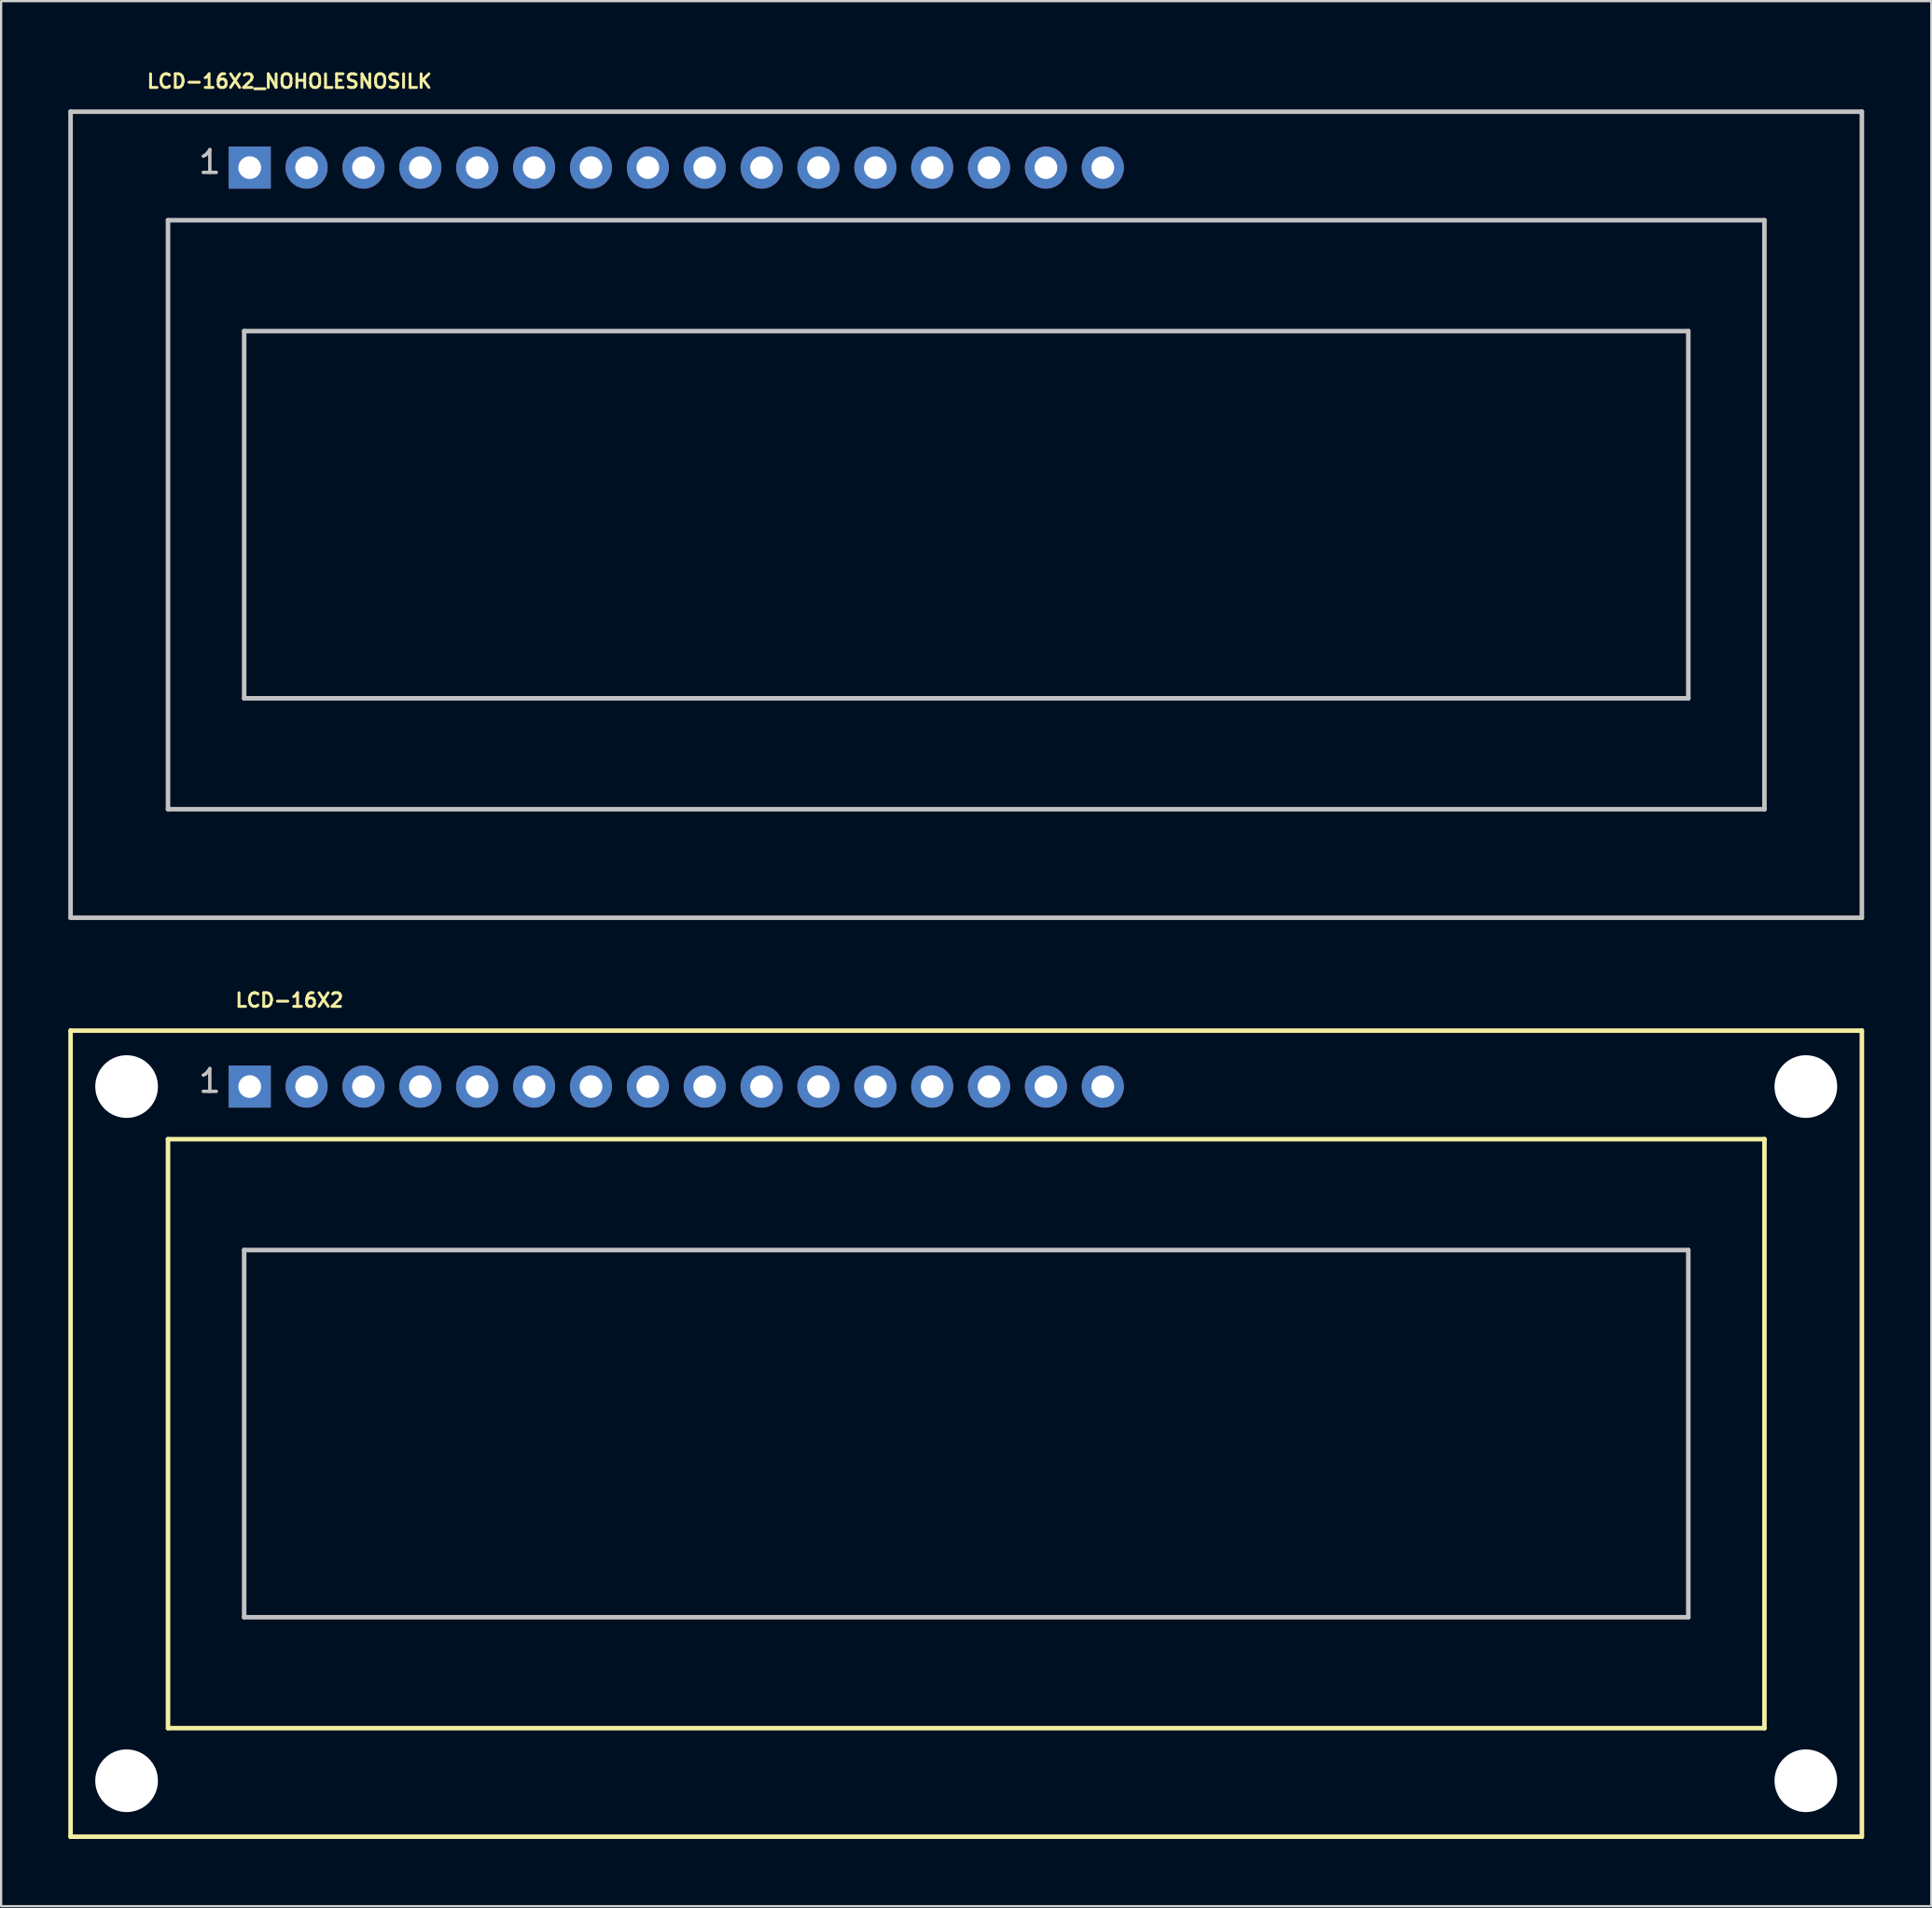
<source format=kicad_pcb>
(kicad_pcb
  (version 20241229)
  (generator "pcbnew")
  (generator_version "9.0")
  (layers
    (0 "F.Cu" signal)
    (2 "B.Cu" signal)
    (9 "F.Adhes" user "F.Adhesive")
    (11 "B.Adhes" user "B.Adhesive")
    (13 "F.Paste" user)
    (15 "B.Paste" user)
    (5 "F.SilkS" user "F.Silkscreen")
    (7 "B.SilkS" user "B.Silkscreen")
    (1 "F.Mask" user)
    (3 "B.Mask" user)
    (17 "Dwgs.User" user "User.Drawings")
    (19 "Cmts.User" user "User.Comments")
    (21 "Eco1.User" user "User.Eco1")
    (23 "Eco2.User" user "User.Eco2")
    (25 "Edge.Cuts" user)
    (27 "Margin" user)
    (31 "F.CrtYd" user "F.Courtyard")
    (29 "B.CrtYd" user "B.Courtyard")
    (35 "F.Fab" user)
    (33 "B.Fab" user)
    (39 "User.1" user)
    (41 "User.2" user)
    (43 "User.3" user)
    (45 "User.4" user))
  (footprint "LCD-16X2_NOHOLESNOSILK"
    (layer "F.Cu")
    (at 40.102 19.934)
    (property "Reference" "LCD-16X2_NOHOLESNOSILK" (at -30.226 -19.355 0) (layer "F.SilkS") (effects (font (size 0.61 0.61) (thickness 0.127))))
    (attr exclude_from_pos_files exclude_from_bom)
    (fp_line (start -40 -17.998) (end 40 -17.998) (stroke (width 0.203) (type solid)) (layer "Dwgs.User"))
    (fp_line (start -40 17.998) (end -40 -17.998) (stroke (width 0.203) (type solid)) (layer "Dwgs.User"))
    (fp_line (start -35.649 -13.15) (end 35.649 -13.15) (stroke (width 0.203) (type solid)) (layer "Dwgs.User"))
    (fp_line (start -35.649 13.15) (end -35.649 -13.15) (stroke (width 0.203) (type solid)) (layer "Dwgs.User"))
    (fp_line (start -32.248 -8.199) (end 32.248 -8.199) (stroke (width 0.203) (type solid)) (layer "Dwgs.User"))
    (fp_line (start -32.248 8.199) (end -32.248 -8.199) (stroke (width 0.203) (type solid)) (layer "Dwgs.User"))
    (fp_line (start 32.248 -8.199) (end 32.248 8.199) (stroke (width 0.203) (type solid)) (layer "Dwgs.User"))
    (fp_line (start 32.248 8.199) (end -32.248 8.199) (stroke (width 0.203) (type solid)) (layer "Dwgs.User"))
    (fp_line (start 35.649 -13.15) (end 35.649 13.15) (stroke (width 0.203) (type solid)) (layer "Dwgs.User"))
    (fp_line (start 35.649 13.15) (end -35.649 13.15) (stroke (width 0.203) (type solid)) (layer "Dwgs.User"))
    (fp_line (start 40 -17.998) (end 40 17.998) (stroke (width 0.203) (type solid)) (layer "Dwgs.User"))
    (fp_line (start 40 17.998) (end -40 17.998) (stroke (width 0.203) (type solid)) (layer "Dwgs.User"))
    (fp_text user "1" (at -33.782 -15.748 0) (layer "Dwgs.User") (effects (font (size 1.016 1.016) (thickness 0.152))))
    (pad "1" thru_hole rect (at -31.999 -15.499) (size 1.88 1.88) (drill 1.016) (layers "*.Cu" "*.Paste" "*.Mask"))
    (pad "2" thru_hole circle (at -29.459 -15.499) (size 1.88 1.88) (drill 1.016) (layers "*.Cu" "*.Paste" "*.Mask"))
    (pad "3" thru_hole circle (at -26.919 -15.499) (size 1.88 1.88) (drill 1.016) (layers "*.Cu" "*.Paste" "*.Mask"))
    (pad "4" thru_hole circle (at -24.379 -15.499) (size 1.88 1.88) (drill 1.016) (layers "*.Cu" "*.Paste" "*.Mask"))
    (pad "5" thru_hole circle (at -21.839 -15.499) (size 1.88 1.88) (drill 1.016) (layers "*.Cu" "*.Paste" "*.Mask"))
    (pad "6" thru_hole circle (at -19.299 -15.499) (size 1.88 1.88) (drill 1.016) (layers "*.Cu" "*.Paste" "*.Mask"))
    (pad "7" thru_hole circle (at -16.759 -15.499) (size 1.88 1.88) (drill 1.016) (layers "*.Cu" "*.Paste" "*.Mask"))
    (pad "8" thru_hole circle (at -14.219 -15.499) (size 1.88 1.88) (drill 1.016) (layers "*.Cu" "*.Paste" "*.Mask"))
    (pad "9" thru_hole circle (at -11.679 -15.499) (size 1.88 1.88) (drill 1.016) (layers "*.Cu" "*.Paste" "*.Mask"))
    (pad "10" thru_hole circle (at -9.139 -15.499) (size 1.88 1.88) (drill 1.016) (layers "*.Cu" "*.Paste" "*.Mask"))
    (pad "11" thru_hole circle (at -6.599 -15.499) (size 1.88 1.88) (drill 1.016) (layers "*.Cu" "*.Paste" "*.Mask"))
    (pad "12" thru_hole circle (at -4.059 -15.499) (size 1.88 1.88) (drill 1.016) (layers "*.Cu" "*.Paste" "*.Mask"))
    (pad "13" thru_hole circle (at -1.519 -15.499) (size 1.88 1.88) (drill 1.016) (layers "*.Cu" "*.Paste" "*.Mask"))
    (pad "14" thru_hole circle (at 1.019 -15.499) (size 1.88 1.88) (drill 1.016) (layers "*.Cu" "*.Paste" "*.Mask"))
    (pad "15" thru_hole circle (at 3.559 -15.499) (size 1.88 1.88) (drill 1.016) (layers "*.Cu" "*.Paste" "*.Mask"))
    (pad "16" thru_hole circle (at 6.099 -15.499) (size 1.88 1.88) (drill 1.016) (layers "*.Cu" "*.Paste" "*.Mask")))
  (footprint "LCD-16X2"
    (layer "F.Cu")
    (at 40.102 60.969)
    (property "Reference" "LCD-16X2" (at -30.226 -19.355 0) (layer "F.SilkS") (effects (font (size 0.61 0.61) (thickness 0.127))))
    (attr exclude_from_pos_files exclude_from_bom)
    (fp_line (start -40 -17.998) (end 40 -17.998) (stroke (width 0.203) (type solid)) (layer "F.SilkS"))
    (fp_line (start -40 17.998) (end -40 -17.998) (stroke (width 0.203) (type solid)) (layer "F.SilkS"))
    (fp_line (start -35.649 -13.15) (end 35.649 -13.15) (stroke (width 0.203) (type solid)) (layer "F.SilkS"))
    (fp_line (start -35.649 13.15) (end -35.649 -13.15) (stroke (width 0.203) (type solid)) (layer "F.SilkS"))
    (fp_line (start 35.649 -13.15) (end 35.649 13.15) (stroke (width 0.203) (type solid)) (layer "F.SilkS"))
    (fp_line (start 35.649 13.15) (end -35.649 13.15) (stroke (width 0.203) (type solid)) (layer "F.SilkS"))
    (fp_line (start 40 -17.998) (end 40 17.998) (stroke (width 0.203) (type solid)) (layer "F.SilkS"))
    (fp_line (start 40 17.998) (end -40 17.998) (stroke (width 0.203) (type solid)) (layer "F.SilkS"))
    (fp_line (start -32.248 -8.199) (end 32.248 -8.199) (stroke (width 0.203) (type solid)) (layer "Dwgs.User"))
    (fp_line (start -32.248 8.199) (end -32.248 -8.199) (stroke (width 0.203) (type solid)) (layer "Dwgs.User"))
    (fp_line (start 32.248 -8.199) (end 32.248 8.199) (stroke (width 0.203) (type solid)) (layer "Dwgs.User"))
    (fp_line (start 32.248 8.199) (end -32.248 8.199) (stroke (width 0.203) (type solid)) (layer "Dwgs.User"))
    (fp_text user "1" (at -33.782 -15.748 0) (layer "Dwgs.User") (effects (font (size 1.016 1.016) (thickness 0.152))))
    (pad "" np_thru_hole circle (at -37.498 -15.499) (size 2.799 2.799) (drill 2.799) (layers "*.Cu" "*.Mask"))
    (pad "" np_thru_hole circle (at -37.498 15.499) (size 2.799 2.799) (drill 2.799) (layers "*.Cu" "*.Mask"))
    (pad "" np_thru_hole circle (at 37.498 -15.499) (size 2.799 2.799) (drill 2.799) (layers "*.Cu" "*.Mask"))
    (pad "" np_thru_hole circle (at 37.498 15.499) (size 2.799 2.799) (drill 2.799) (layers "*.Cu" "*.Mask"))
    (pad "1" thru_hole rect (at -31.999 -15.499) (size 1.88 1.88) (drill 1.016) (layers "*.Cu" "*.Paste" "*.Mask"))
    (pad "2" thru_hole circle (at -29.459 -15.499) (size 1.88 1.88) (drill 1.016) (layers "*.Cu" "*.Paste" "*.Mask"))
    (pad "3" thru_hole circle (at -26.919 -15.499) (size 1.88 1.88) (drill 1.016) (layers "*.Cu" "*.Paste" "*.Mask"))
    (pad "4" thru_hole circle (at -24.379 -15.499) (size 1.88 1.88) (drill 1.016) (layers "*.Cu" "*.Paste" "*.Mask"))
    (pad "5" thru_hole circle (at -21.839 -15.499) (size 1.88 1.88) (drill 1.016) (layers "*.Cu" "*.Paste" "*.Mask"))
    (pad "6" thru_hole circle (at -19.299 -15.499) (size 1.88 1.88) (drill 1.016) (layers "*.Cu" "*.Paste" "*.Mask"))
    (pad "7" thru_hole circle (at -16.759 -15.499) (size 1.88 1.88) (drill 1.016) (layers "*.Cu" "*.Paste" "*.Mask"))
    (pad "8" thru_hole circle (at -14.219 -15.499) (size 1.88 1.88) (drill 1.016) (layers "*.Cu" "*.Paste" "*.Mask"))
    (pad "9" thru_hole circle (at -11.679 -15.499) (size 1.88 1.88) (drill 1.016) (layers "*.Cu" "*.Paste" "*.Mask"))
    (pad "10" thru_hole circle (at -9.139 -15.499) (size 1.88 1.88) (drill 1.016) (layers "*.Cu" "*.Paste" "*.Mask"))
    (pad "11" thru_hole circle (at -6.599 -15.499) (size 1.88 1.88) (drill 1.016) (layers "*.Cu" "*.Paste" "*.Mask"))
    (pad "12" thru_hole circle (at -4.059 -15.499) (size 1.88 1.88) (drill 1.016) (layers "*.Cu" "*.Paste" "*.Mask"))
    (pad "13" thru_hole circle (at -1.519 -15.499) (size 1.88 1.88) (drill 1.016) (layers "*.Cu" "*.Paste" "*.Mask"))
    (pad "14" thru_hole circle (at 1.019 -15.499) (size 1.88 1.88) (drill 1.016) (layers "*.Cu" "*.Paste" "*.Mask"))
    (pad "15" thru_hole circle (at 3.559 -15.499) (size 1.88 1.88) (drill 1.016) (layers "*.Cu" "*.Paste" "*.Mask"))
    (pad "16" thru_hole circle (at 6.099 -15.499) (size 1.88 1.88) (drill 1.016) (layers "*.Cu" "*.Paste" "*.Mask")))
  (gr_rect
    (start -3 -3)
    (end 83.203 82.069)
    (stroke (width 0.1) (type default))
    (fill no)
    (layer "Edge.Cuts")))
</source>
